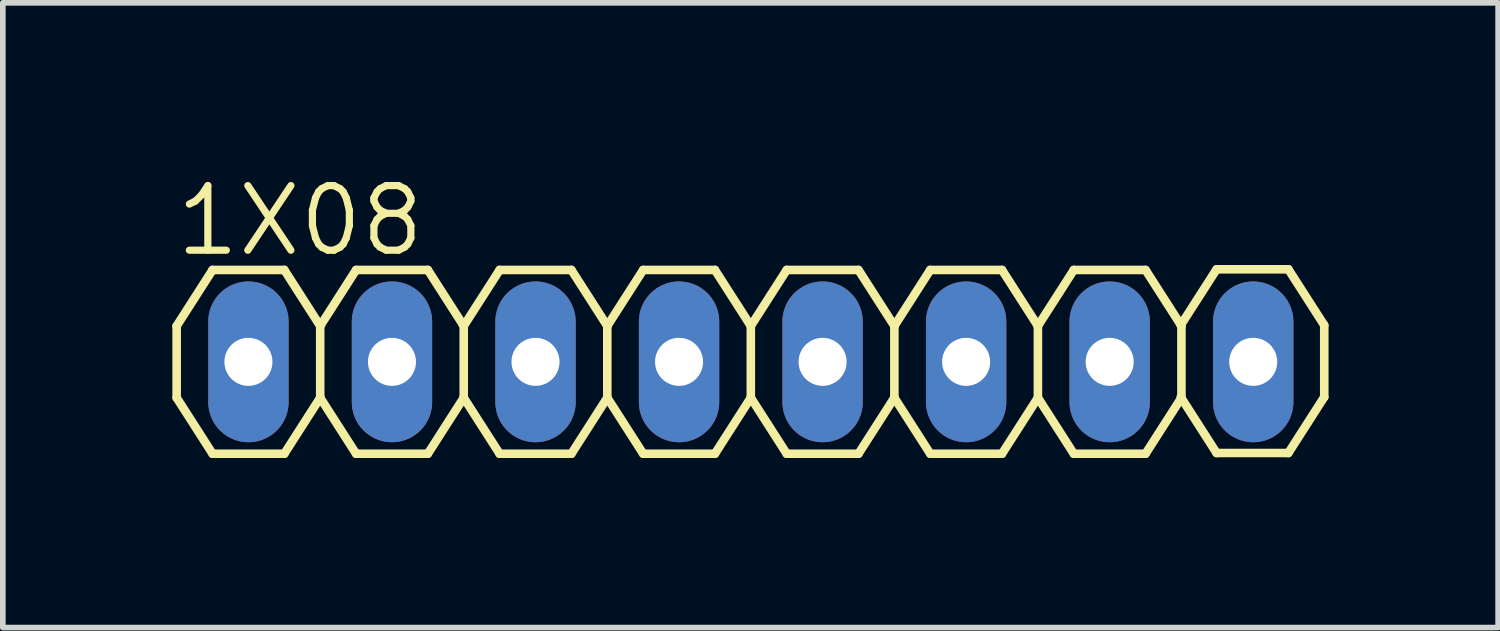
<source format=kicad_pcb>
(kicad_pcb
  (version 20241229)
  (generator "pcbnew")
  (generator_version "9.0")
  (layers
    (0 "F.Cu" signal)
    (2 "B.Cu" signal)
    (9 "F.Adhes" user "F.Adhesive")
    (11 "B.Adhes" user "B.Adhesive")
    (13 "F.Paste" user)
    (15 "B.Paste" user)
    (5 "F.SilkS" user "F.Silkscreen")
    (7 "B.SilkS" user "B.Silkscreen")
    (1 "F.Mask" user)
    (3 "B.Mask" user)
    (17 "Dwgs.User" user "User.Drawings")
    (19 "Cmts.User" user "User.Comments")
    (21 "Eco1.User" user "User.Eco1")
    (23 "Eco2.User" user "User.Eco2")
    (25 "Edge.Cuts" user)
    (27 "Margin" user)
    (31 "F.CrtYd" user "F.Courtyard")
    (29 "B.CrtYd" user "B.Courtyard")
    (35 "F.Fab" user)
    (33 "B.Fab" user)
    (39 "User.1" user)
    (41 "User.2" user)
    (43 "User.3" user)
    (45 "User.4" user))
  (footprint "1X08"
    (layer "F.Cu")
    (at 10.236 3.353)
    (property "Reference" "1X08" (at -10.236 -1.829 0) (layer "F.SilkS") (effects (font (size 1.143 1.143) (thickness 0.127)) (justify left bottom)))
    (fp_line (start -10.16 -0.635) (end -10.16 0.635) (stroke (width 0.152) (type solid)) (layer "F.SilkS"))
    (fp_line (start -10.16 0.635) (end -9.525 1.626) (stroke (width 0.152) (type solid)) (layer "F.SilkS"))
    (fp_line (start -9.525 -1.626) (end -10.16 -0.635) (stroke (width 0.152) (type solid)) (layer "F.SilkS"))
    (fp_line (start -9.525 -1.626) (end -8.255 -1.626) (stroke (width 0.152) (type solid)) (layer "F.SilkS"))
    (fp_line (start -8.255 -1.626) (end -7.62 -0.635) (stroke (width 0.152) (type solid)) (layer "F.SilkS"))
    (fp_line (start -8.255 1.626) (end -9.525 1.626) (stroke (width 0.152) (type solid)) (layer "F.SilkS"))
    (fp_line (start -7.62 -0.635) (end -7.62 0.635) (stroke (width 0.152) (type solid)) (layer "F.SilkS"))
    (fp_line (start -7.62 0.635) (end -8.255 1.626) (stroke (width 0.152) (type solid)) (layer "F.SilkS"))
    (fp_line (start -7.62 0.635) (end -6.985 1.626) (stroke (width 0.152) (type solid)) (layer "F.SilkS"))
    (fp_line (start -6.985 -1.626) (end -7.62 -0.635) (stroke (width 0.152) (type solid)) (layer "F.SilkS"))
    (fp_line (start -6.985 -1.626) (end -5.715 -1.626) (stroke (width 0.152) (type solid)) (layer "F.SilkS"))
    (fp_line (start -5.715 -1.626) (end -5.08 -0.635) (stroke (width 0.152) (type solid)) (layer "F.SilkS"))
    (fp_line (start -5.715 1.626) (end -6.985 1.626) (stroke (width 0.152) (type solid)) (layer "F.SilkS"))
    (fp_line (start -5.08 -0.635) (end -5.08 0.635) (stroke (width 0.152) (type solid)) (layer "F.SilkS"))
    (fp_line (start -5.08 0.635) (end -5.715 1.626) (stroke (width 0.152) (type solid)) (layer "F.SilkS"))
    (fp_line (start -5.08 0.635) (end -4.445 1.626) (stroke (width 0.152) (type solid)) (layer "F.SilkS"))
    (fp_line (start -4.445 -1.626) (end -5.08 -0.635) (stroke (width 0.152) (type solid)) (layer "F.SilkS"))
    (fp_line (start -4.445 -1.626) (end -3.175 -1.626) (stroke (width 0.152) (type solid)) (layer "F.SilkS"))
    (fp_line (start -3.175 -1.626) (end -2.54 -0.635) (stroke (width 0.152) (type solid)) (layer "F.SilkS"))
    (fp_line (start -3.175 1.626) (end -4.445 1.626) (stroke (width 0.152) (type solid)) (layer "F.SilkS"))
    (fp_line (start -2.54 -0.635) (end -2.54 0.635) (stroke (width 0.152) (type solid)) (layer "F.SilkS"))
    (fp_line (start -2.54 0.635) (end -3.175 1.626) (stroke (width 0.152) (type solid)) (layer "F.SilkS"))
    (fp_line (start -2.54 0.635) (end -1.905 1.626) (stroke (width 0.152) (type solid)) (layer "F.SilkS"))
    (fp_line (start -1.905 -1.626) (end -2.54 -0.635) (stroke (width 0.152) (type solid)) (layer "F.SilkS"))
    (fp_line (start -1.905 -1.626) (end -0.635 -1.626) (stroke (width 0.152) (type solid)) (layer "F.SilkS"))
    (fp_line (start -0.635 -1.626) (end 0 -0.635) (stroke (width 0.152) (type solid)) (layer "F.SilkS"))
    (fp_line (start -0.635 1.626) (end -1.905 1.626) (stroke (width 0.152) (type solid)) (layer "F.SilkS"))
    (fp_line (start 0 -0.635) (end 0 0.635) (stroke (width 0.152) (type solid)) (layer "F.SilkS"))
    (fp_line (start 0 0.635) (end -0.635 1.626) (stroke (width 0.152) (type solid)) (layer "F.SilkS"))
    (fp_line (start 0 0.635) (end 0.635 1.626) (stroke (width 0.152) (type solid)) (layer "F.SilkS"))
    (fp_line (start 0.635 -1.626) (end 0 -0.635) (stroke (width 0.152) (type solid)) (layer "F.SilkS"))
    (fp_line (start 0.635 -1.626) (end 1.905 -1.626) (stroke (width 0.152) (type solid)) (layer "F.SilkS"))
    (fp_line (start 1.905 -1.626) (end 2.54 -0.635) (stroke (width 0.152) (type solid)) (layer "F.SilkS"))
    (fp_line (start 1.905 1.626) (end 0.635 1.626) (stroke (width 0.152) (type solid)) (layer "F.SilkS"))
    (fp_line (start 2.54 -0.635) (end 2.54 0.635) (stroke (width 0.152) (type solid)) (layer "F.SilkS"))
    (fp_line (start 2.54 0.635) (end 1.905 1.626) (stroke (width 0.152) (type solid)) (layer "F.SilkS"))
    (fp_line (start 2.54 0.635) (end 3.175 1.626) (stroke (width 0.152) (type solid)) (layer "F.SilkS"))
    (fp_line (start 3.175 -1.626) (end 2.54 -0.635) (stroke (width 0.152) (type solid)) (layer "F.SilkS"))
    (fp_line (start 3.175 -1.626) (end 4.445 -1.626) (stroke (width 0.152) (type solid)) (layer "F.SilkS"))
    (fp_line (start 4.445 -1.626) (end 5.08 -0.635) (stroke (width 0.152) (type solid)) (layer "F.SilkS"))
    (fp_line (start 4.445 1.626) (end 3.175 1.626) (stroke (width 0.152) (type solid)) (layer "F.SilkS"))
    (fp_line (start 5.08 -0.635) (end 5.08 0.635) (stroke (width 0.152) (type solid)) (layer "F.SilkS"))
    (fp_line (start 5.08 0.635) (end 4.445 1.626) (stroke (width 0.152) (type solid)) (layer "F.SilkS"))
    (fp_line (start 5.08 0.635) (end 5.715 1.626) (stroke (width 0.152) (type solid)) (layer "F.SilkS"))
    (fp_line (start 5.715 -1.626) (end 5.08 -0.635) (stroke (width 0.152) (type solid)) (layer "F.SilkS"))
    (fp_line (start 5.715 -1.626) (end 6.985 -1.626) (stroke (width 0.152) (type solid)) (layer "F.SilkS"))
    (fp_line (start 6.985 -1.626) (end 7.62 -0.635) (stroke (width 0.152) (type solid)) (layer "F.SilkS"))
    (fp_line (start 6.985 1.626) (end 5.715 1.626) (stroke (width 0.152) (type solid)) (layer "F.SilkS"))
    (fp_line (start 7.607 0.622) (end 8.242 1.613) (stroke (width 0.152) (type solid)) (layer "F.SilkS"))
    (fp_line (start 7.62 -0.635) (end 7.62 0.635) (stroke (width 0.152) (type solid)) (layer "F.SilkS"))
    (fp_line (start 7.62 0.635) (end 6.985 1.626) (stroke (width 0.152) (type solid)) (layer "F.SilkS"))
    (fp_line (start 8.242 -1.638) (end 7.607 -0.648) (stroke (width 0.152) (type solid)) (layer "F.SilkS"))
    (fp_line (start 8.242 -1.638) (end 9.512 -1.638) (stroke (width 0.152) (type solid)) (layer "F.SilkS"))
    (fp_line (start 9.512 -1.638) (end 10.147 -0.648) (stroke (width 0.152) (type solid)) (layer "F.SilkS"))
    (fp_line (start 9.512 1.613) (end 8.242 1.613) (stroke (width 0.152) (type solid)) (layer "F.SilkS"))
    (fp_line (start 10.147 -0.648) (end 10.147 0.622) (stroke (width 0.152) (type solid)) (layer "F.SilkS"))
    (fp_line (start 10.147 0.622) (end 9.512 1.613) (stroke (width 0.152) (type solid)) (layer "F.SilkS"))
    (fp_poly (pts (xy -9.144 0.254) (xy -8.636 0.254) (xy -8.636 -0.254) (xy -9.144 -0.254)) (stroke (width 0.1) (type solid)) (fill no) (layer "F.Fab"))
    (fp_poly (pts (xy -6.604 0.254) (xy -6.096 0.254) (xy -6.096 -0.254) (xy -6.604 -0.254)) (stroke (width 0.1) (type solid)) (fill no) (layer "F.Fab"))
    (fp_poly (pts (xy -4.064 0.254) (xy -3.556 0.254) (xy -3.556 -0.254) (xy -4.064 -0.254)) (stroke (width 0.1) (type solid)) (fill no) (layer "F.Fab"))
    (fp_poly (pts (xy -1.524 0.254) (xy -1.016 0.254) (xy -1.016 -0.254) (xy -1.524 -0.254)) (stroke (width 0.1) (type solid)) (fill no) (layer "F.Fab"))
    (fp_poly (pts (xy 1.016 0.254) (xy 1.524 0.254) (xy 1.524 -0.254) (xy 1.016 -0.254)) (stroke (width 0.1) (type solid)) (fill no) (layer "F.Fab"))
    (fp_poly (pts (xy 3.556 0.254) (xy 4.064 0.254) (xy 4.064 -0.254) (xy 3.556 -0.254)) (stroke (width 0.1) (type solid)) (fill no) (layer "F.Fab"))
    (fp_poly (pts (xy 6.096 0.254) (xy 6.604 0.254) (xy 6.604 -0.254) (xy 6.096 -0.254)) (stroke (width 0.1) (type solid)) (fill no) (layer "F.Fab"))
    (fp_poly (pts (xy 8.636 0.254) (xy 9.144 0.254) (xy 9.144 -0.254) (xy 8.636 -0.254)) (stroke (width 0.1) (type solid)) (fill no) (layer "F.Fab"))
    (pad "1" thru_hole oval (at -8.89 0 90) (size 2.845 1.422) (drill 0.85) (layers "*.Cu" "*.Mask"))
    (pad "2" thru_hole oval (at -6.35 0 90) (size 2.845 1.422) (drill 0.85) (layers "*.Cu" "*.Mask"))
    (pad "3" thru_hole oval (at -3.81 0 90) (size 2.845 1.422) (drill 0.85) (layers "*.Cu" "*.Mask"))
    (pad "4" thru_hole oval (at -1.27 0 90) (size 2.845 1.422) (drill 0.85) (layers "*.Cu" "*.Mask"))
    (pad "5" thru_hole oval (at 1.27 0 90) (size 2.845 1.422) (drill 0.85) (layers "*.Cu" "*.Mask"))
    (pad "6" thru_hole oval (at 3.81 0 90) (size 2.845 1.422) (drill 0.85) (layers "*.Cu" "*.Mask"))
    (pad "7" thru_hole oval (at 6.35 0 90) (size 2.845 1.422) (drill 0.85) (layers "*.Cu" "*.Mask"))
    (pad "8" thru_hole oval (at 8.89 0 90) (size 2.845 1.422) (drill 0.85) (layers "*.Cu" "*.Mask")))
  (gr_rect
    (start -3 -3)
    (end 23.46 8.055)
    (stroke (width 0.1) (type default))
    (fill no)
    (layer "Edge.Cuts")))
</source>
